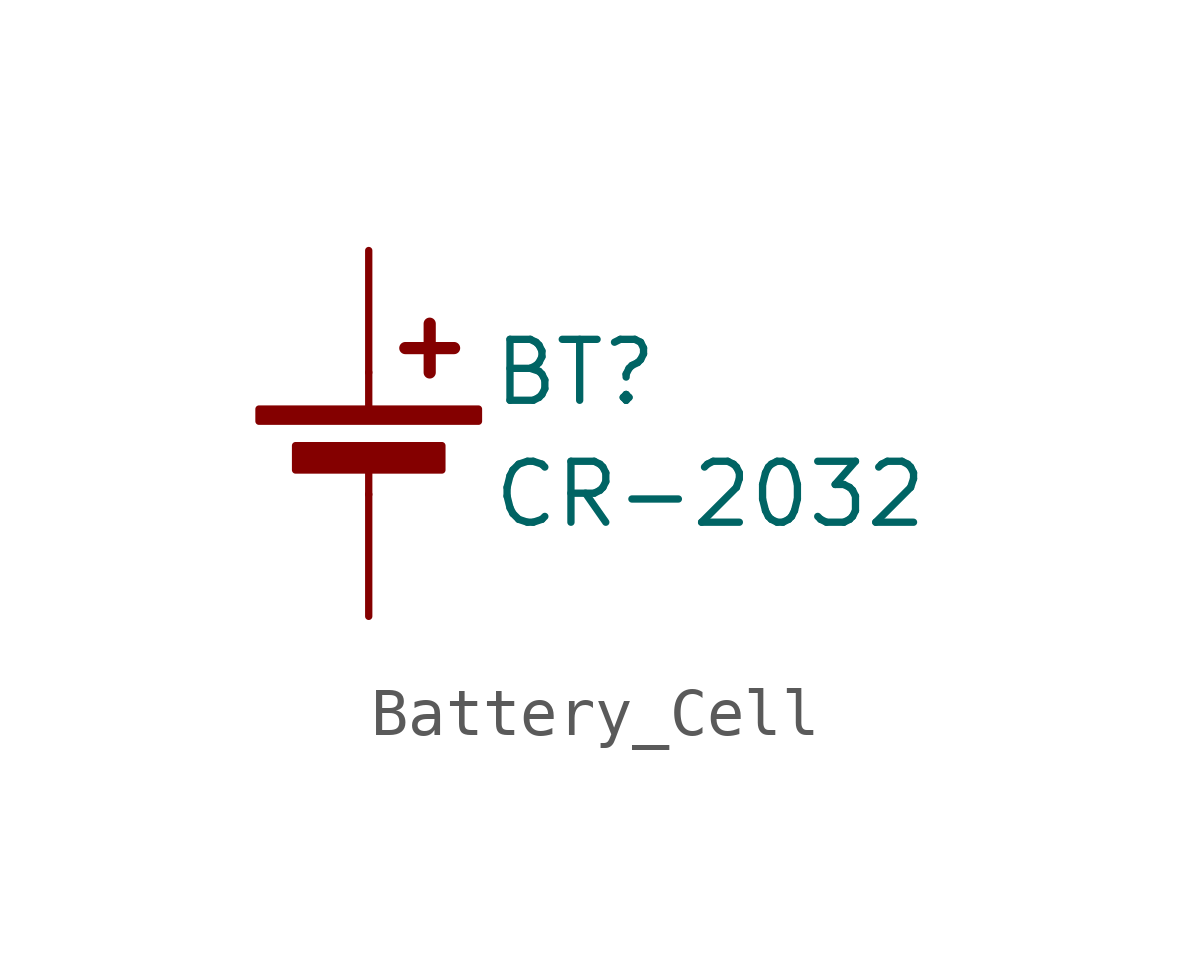
<source format=kicad_sym>
(kicad_symbol_lib
  (version 20231120)
  (generator "kicad_symbol_editor")
  (generator_version "8.0")
  (symbol "Battery_Cell"
    (pin_numbers hide)
    (pin_names
      (offset 0) hide)
    (property "Reference" "BT"
      (at 2.54 2.54 0)
      (effects (font (size 1.27 1.27)) (justify left)))
    (property "Value" "CR-2032"
      (at 2.54 0 0)
      (effects (font (size 1.27 1.27)) (justify left)))
    (symbol "Battery_Cell_0_1"
      (rectangle (start -2.286 1.778) (end 2.286 1.524) (stroke (width 0) (type default)) (fill (type outline)))
      (rectangle (start -1.524 1.016) (end 1.524 0.508) (stroke (width 0) (type default)) (fill (type outline)))
      (polyline (pts (xy 0 0.762) (xy 0 0)) (stroke (width 0) (type default)) (fill (type none)))
      (polyline (pts (xy 0 1.778) (xy 0 2.54)) (stroke (width 0) (type default)) (fill (type none)))
      (polyline (pts (xy 0.762 3.048) (xy 1.778 3.048)) (stroke (width 0.254) (type default)) (fill (type none)))
      (polyline (pts (xy 1.27 3.556) (xy 1.27 2.54)) (stroke (width 0.254) (type default)) (fill (type none))))
    (symbol "Battery_Cell_1_1"
      (pin passive line (at 0 5.08 270) (length 2.54) (name "+" (effects (font (size 1.27 1.27)))) (number "1" (effects (font (size 1.27 1.27)))))
      (pin passive line (at 0 -2.54 90) (length 2.54) (name "-" (effects (font (size 1.27 1.27)))) (number "2" (effects (font (size 1.27 1.27))))))))
</source>
